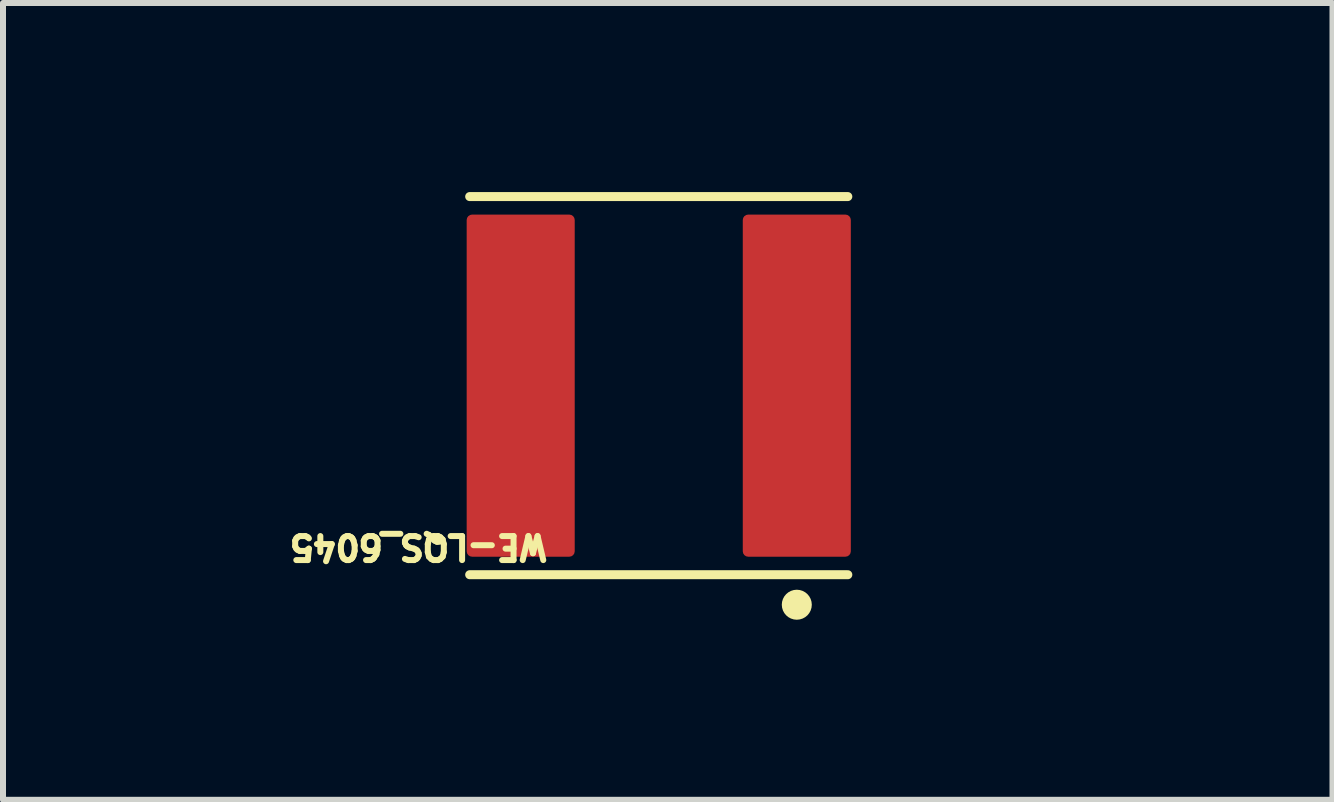
<source format=kicad_pcb>
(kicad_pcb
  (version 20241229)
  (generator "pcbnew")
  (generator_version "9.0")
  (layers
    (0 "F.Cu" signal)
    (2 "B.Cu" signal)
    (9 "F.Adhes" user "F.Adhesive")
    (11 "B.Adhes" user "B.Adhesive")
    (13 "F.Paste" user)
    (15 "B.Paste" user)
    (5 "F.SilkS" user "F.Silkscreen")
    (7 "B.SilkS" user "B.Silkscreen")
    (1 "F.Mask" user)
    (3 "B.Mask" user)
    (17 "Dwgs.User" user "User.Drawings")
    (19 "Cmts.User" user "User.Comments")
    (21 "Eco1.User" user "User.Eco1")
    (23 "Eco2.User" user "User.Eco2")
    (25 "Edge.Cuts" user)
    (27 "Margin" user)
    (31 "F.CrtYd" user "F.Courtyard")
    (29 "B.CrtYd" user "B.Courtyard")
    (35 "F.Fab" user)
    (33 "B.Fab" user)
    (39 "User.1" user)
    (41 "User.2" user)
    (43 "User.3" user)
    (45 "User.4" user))
  (footprint "WE-LQS_6045"
    (layer "F.Cu")
    (at 7.925 3.375)
    (property "Reference" "WE-LQS_6045" (at -4 2.686 180) (unlocked yes) (layer "F.SilkS") (effects (font (size 0.4 0.4) (thickness 0.1))))
    (fp_line (start 3.15 -3.15) (end -3.15 -3.15) (stroke (width 0.15) (type solid)) (layer "F.SilkS"))
    (fp_line (start 3.15 3.15) (end -3.15 3.15) (stroke (width 0.15) (type solid)) (layer "F.SilkS"))
    (fp_circle (center 2.3 3.65) (end 2.3 3.775) (stroke (width 0.25) (type solid)) (fill no) (layer "F.SilkS"))
    (fp_line (start -3.4 -3.35) (end -3.4 3.35) (stroke (width 0.05) (type solid)) (layer "User.2"))
    (fp_line (start 3.4 -3.35) (end -3.4 -3.35) (stroke (width 0.05) (type solid)) (layer "User.2"))
    (fp_line (start 3.4 -3.35) (end 3.4 3.35) (stroke (width 0.05) (type solid)) (layer "User.2"))
    (fp_line (start 3.4 3.35) (end -3.4 3.35) (stroke (width 0.05) (type solid)) (layer "User.2"))
    (fp_line (start 0 -0.5) (end 0 0.5) (stroke (width 0.05) (type solid)) (layer "User.3"))
    (fp_line (start 0.5 0) (end -0.5 0) (stroke (width 0.05) (type solid)) (layer "User.3"))
    (fp_line (start -3 -3) (end -3 3) (stroke (width 0.1) (type solid)) (layer "User.4"))
    (fp_line (start 3 -3) (end -3 -3) (stroke (width 0.1) (type solid)) (layer "User.4"))
    (fp_line (start 3 -3) (end 3 3) (stroke (width 0.1) (type solid)) (layer "User.4"))
    (fp_line (start 3 3) (end -3 3) (stroke (width 0.1) (type solid)) (layer "User.4"))
    (fp_circle (center 2.2 2.2) (end 2.2 2.5) (stroke (width 0.1) (type solid)) (fill no) (layer "User.4"))
    (fp_rect (start 1.4 2.85) (end 3.2 -2.85) (stroke (width 0.1) (type default)) (fill no) (layer "User.6"))
    (fp_line (start -3 -3) (end -3 3) (stroke (width 0.1) (type solid)) (layer "User.11"))
    (fp_line (start 3 -3) (end -3 -3) (stroke (width 0.1) (type solid)) (layer "User.11"))
    (fp_line (start 3 -3) (end 3 3) (stroke (width 0.1) (type solid)) (layer "User.11"))
    (fp_line (start 3 3) (end -3 3) (stroke (width 0.1) (type solid)) (layer "User.11"))
    (fp_circle (center 2.2 2.2) (end 2.2 2.5) (stroke (width 0.1) (type solid)) (fill no) (layer "User.11"))
    (fp_text user "${REFERENCE}" (at 0.15 0.053 0) (unlocked yes) (layer "User.6") (effects (font (size 1.5 1.5) (thickness 0.15))))
    (pad "1" smd roundrect (at 2.3 0 180) (size 1.8 5.7) (layers "F.Cu" "F.Mask" "F.Paste") (roundrect_rratio 0.05))
    (pad "2" smd roundrect (at -2.3 0 180) (size 1.8 5.7) (layers "F.Cu" "F.Mask" "F.Paste") (roundrect_rratio 0.05)))
  (gr_rect
    (start -3 -3)
    (end 19.15 10.275)
    (stroke (width 0.1) (type default))
    (fill no)
    (layer "Edge.Cuts")))
</source>
